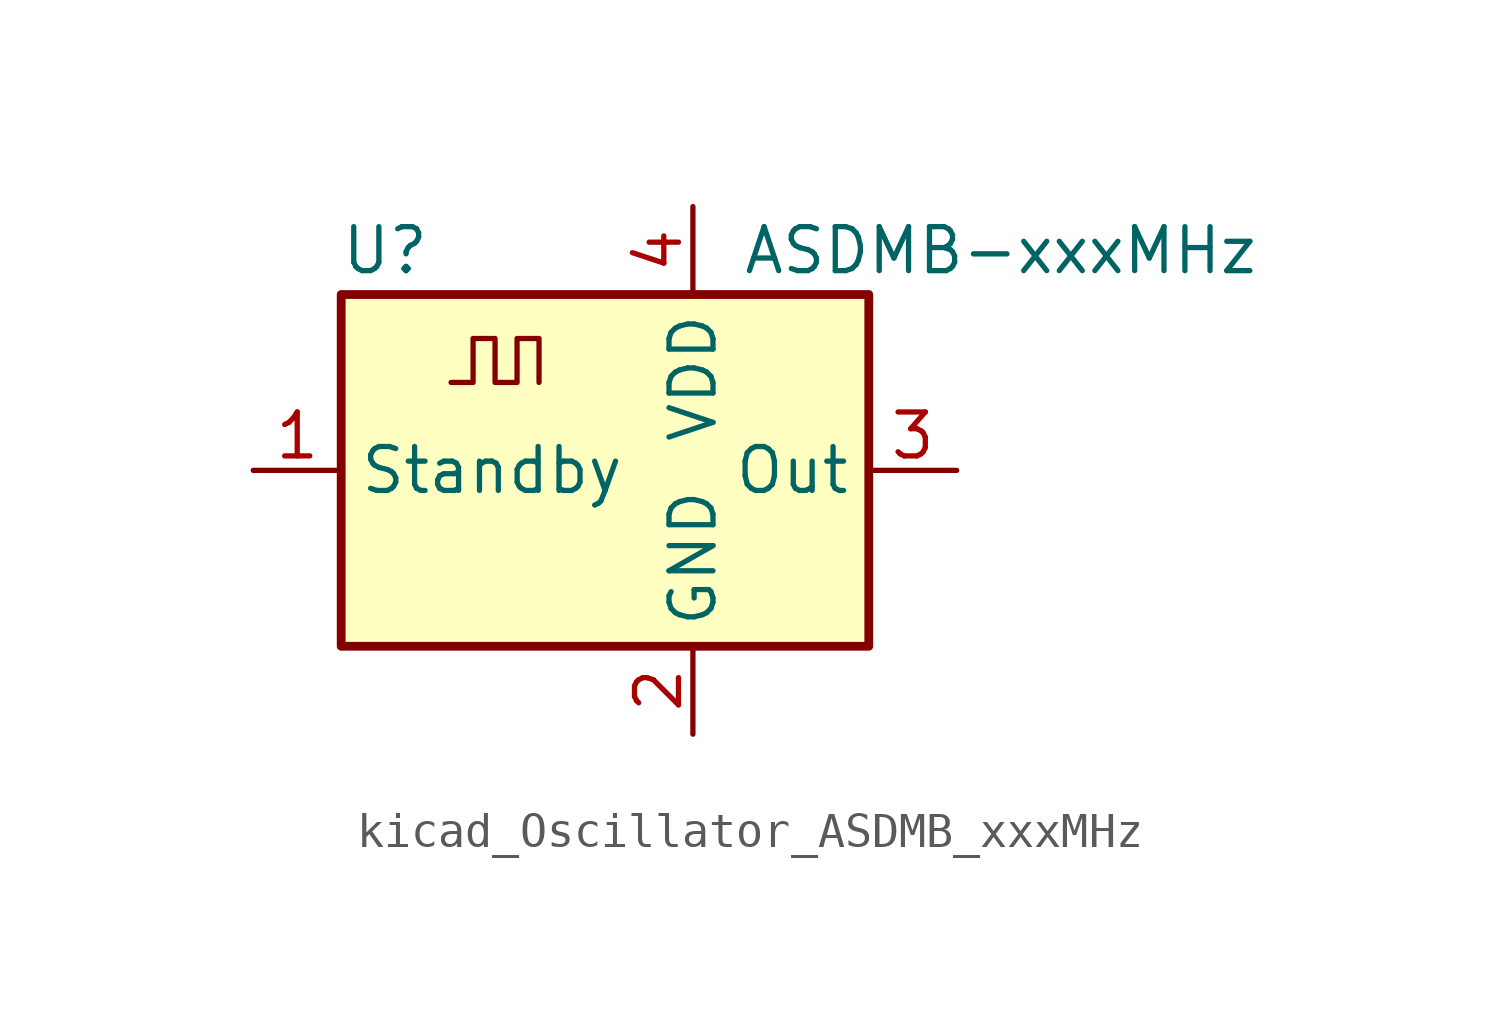
<source format=kicad_sym>
(kicad_symbol_lib
  (version 20220914)
  (generator kicad_symbol_editor)
  (symbol "kicad_Oscillator_ASDMB_xxxMHz"
    (property "Reference" "U"
      (at -6.35 6.35 0)
      (effects (font (size 1.27 1.27))))
    (property "Value" "ASDMB-xxxMHz"
      (at 11.43 6.35 0)
      (effects (font (size 1.27 1.27))))
    (symbol "kicad_Oscillator_ASDMB_xxxMHz_1_1"
      (rectangle (start -7.62 5.08) (end 7.62 -5.08) (stroke (width 0.254) (type default)) (fill (type background)))
      (polyline (pts (xy -4.445 2.54) (xy -3.81 2.54) (xy -3.81 3.81) (xy -3.175 3.81) (xy -3.175 2.54) (xy -2.54 2.54) (xy -2.54 3.81) (xy -1.905 3.81) (xy -1.905 2.54)) (stroke (width 0) (type default)) (fill (type none)))
      (pin input line (at -10.16 0 0) (length 2.54) (name "Standby" (effects (font (size 1.27 1.27)))) (number "1" (effects (font (size 1.27 1.27)))))
      (pin power_in line (at 2.54 -7.62 90) (length 2.54) (name "GND" (effects (font (size 1.27 1.27)))) (number "2" (effects (font (size 1.27 1.27)))))
      (pin output line (at 10.16 0 180) (length 2.54) (name "Out" (effects (font (size 1.27 1.27)))) (number "3" (effects (font (size 1.27 1.27)))))
      (pin power_in line (at 2.54 7.62 270) (length 2.54) (name "VDD" (effects (font (size 1.27 1.27)))) (number "4" (effects (font (size 1.27 1.27))))))))
</source>
